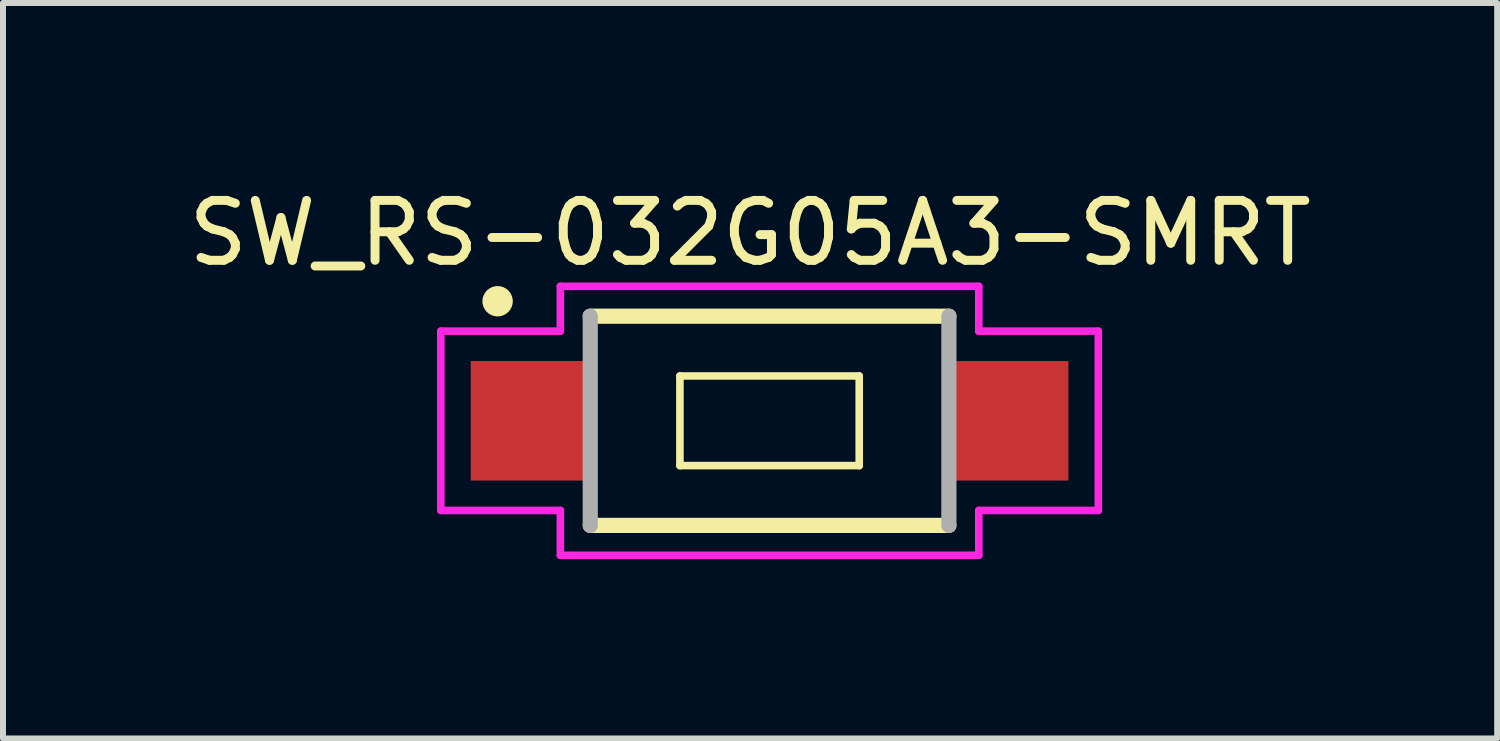
<source format=kicad_pcb>
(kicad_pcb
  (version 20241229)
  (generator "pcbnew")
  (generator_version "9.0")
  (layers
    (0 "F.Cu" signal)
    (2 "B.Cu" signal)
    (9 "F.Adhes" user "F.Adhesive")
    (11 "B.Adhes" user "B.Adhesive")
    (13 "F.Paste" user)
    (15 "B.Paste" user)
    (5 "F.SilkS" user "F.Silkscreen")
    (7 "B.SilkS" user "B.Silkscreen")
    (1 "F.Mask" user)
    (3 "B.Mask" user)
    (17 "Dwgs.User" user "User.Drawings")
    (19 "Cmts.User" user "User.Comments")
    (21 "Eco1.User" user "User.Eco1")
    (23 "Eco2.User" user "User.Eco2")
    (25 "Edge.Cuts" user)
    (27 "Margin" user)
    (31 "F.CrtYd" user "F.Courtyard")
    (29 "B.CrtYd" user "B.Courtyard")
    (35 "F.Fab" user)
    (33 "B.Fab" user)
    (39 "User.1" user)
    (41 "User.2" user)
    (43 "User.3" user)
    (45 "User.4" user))
  (footprint "SW_RS-032G05A3-SMRT"
    (layer "F.Cu")
    (at 9.825 3.99)
    (property "Reference" "SW_RS-032G05A3-SMRT" (at -0.326 -3.141 0) (layer "F.SilkS") (effects (font (size 1.002 1.002) (thickness 0.15))))
    (attr through_hole)
    (fp_line (start -3 1.75) (end 3 1.75) (stroke (width 0.254) (type solid)) (layer "F.SilkS"))
    (fp_line (start -1.5 -0.75) (end -1.5 0.75) (stroke (width 0.127) (type solid)) (layer "F.SilkS"))
    (fp_line (start -1.5 0.75) (end 1.5 0.75) (stroke (width 0.127) (type solid)) (layer "F.SilkS"))
    (fp_line (start 1.5 -0.75) (end -1.5 -0.75) (stroke (width 0.127) (type solid)) (layer "F.SilkS"))
    (fp_line (start 1.5 0.75) (end 1.5 -0.75) (stroke (width 0.127) (type solid)) (layer "F.SilkS"))
    (fp_line (start 3 -1.75) (end -3 -1.75) (stroke (width 0.254) (type solid)) (layer "F.SilkS"))
    (fp_circle (center -4.55 -2) (end -4.296 -2) (stroke (width 0) (type solid)) (fill yes) (layer "F.SilkS"))
    (fp_line (start -5.5 -1.5) (end -3.5 -1.5) (stroke (width 0.127) (type solid)) (layer "F.CrtYd"))
    (fp_line (start -5.5 1.5) (end -5.5 -1.5) (stroke (width 0.127) (type solid)) (layer "F.CrtYd"))
    (fp_line (start -3.5 -2.25) (end 3.5 -2.25) (stroke (width 0.127) (type solid)) (layer "F.CrtYd"))
    (fp_line (start -3.5 -1.5) (end -3.5 -2.25) (stroke (width 0.127) (type solid)) (layer "F.CrtYd"))
    (fp_line (start -3.5 1.5) (end -5.5 1.5) (stroke (width 0.127) (type solid)) (layer "F.CrtYd"))
    (fp_line (start -3.5 2.25) (end -3.5 1.5) (stroke (width 0.127) (type solid)) (layer "F.CrtYd"))
    (fp_line (start 3.5 -2.25) (end 3.5 -1.5) (stroke (width 0.127) (type solid)) (layer "F.CrtYd"))
    (fp_line (start 3.5 -1.5) (end 5.5 -1.5) (stroke (width 0.127) (type solid)) (layer "F.CrtYd"))
    (fp_line (start 3.5 1.5) (end 3.5 2.25) (stroke (width 0.127) (type solid)) (layer "F.CrtYd"))
    (fp_line (start 3.5 2.25) (end -3.5 2.25) (stroke (width 0.127) (type solid)) (layer "F.CrtYd"))
    (fp_line (start 5.5 -1.5) (end 5.5 1.5) (stroke (width 0.127) (type solid)) (layer "F.CrtYd"))
    (fp_line (start 5.5 1.5) (end 3.5 1.5) (stroke (width 0.127) (type solid)) (layer "F.CrtYd"))
    (fp_line (start -3 -1.75) (end -3 1.75) (stroke (width 0.254) (type solid)) (layer "F.Fab"))
    (fp_line (start 3 1.75) (end 3 -1.75) (stroke (width 0.254) (type solid)) (layer "F.Fab"))
    (pad "1" smd rect (at -4 0) (size 2 2) (layers "F.Cu" "F.Mask" "F.Paste"))
    (pad "2" smd rect (at 4 0) (size 2 2) (layers "F.Cu" "F.Mask" "F.Paste")))
  (gr_rect
    (start -3 -3)
    (end 21.998 9.304)
    (stroke (width 0.1) (type default))
    (fill no)
    (layer "Edge.Cuts")))
</source>
